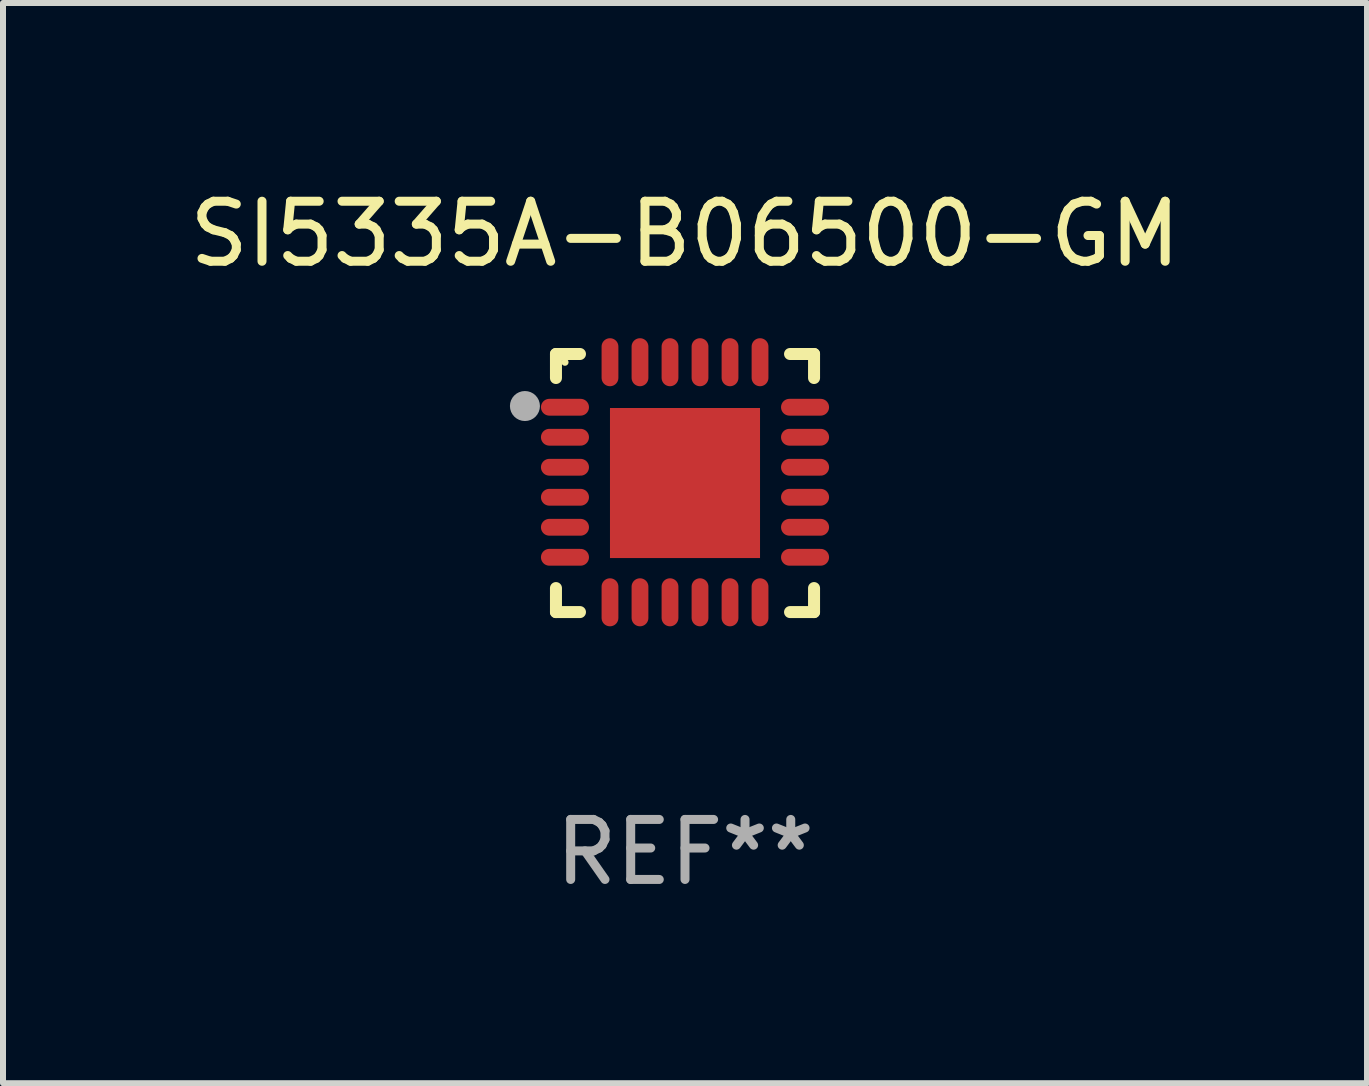
<source format=kicad_pcb>
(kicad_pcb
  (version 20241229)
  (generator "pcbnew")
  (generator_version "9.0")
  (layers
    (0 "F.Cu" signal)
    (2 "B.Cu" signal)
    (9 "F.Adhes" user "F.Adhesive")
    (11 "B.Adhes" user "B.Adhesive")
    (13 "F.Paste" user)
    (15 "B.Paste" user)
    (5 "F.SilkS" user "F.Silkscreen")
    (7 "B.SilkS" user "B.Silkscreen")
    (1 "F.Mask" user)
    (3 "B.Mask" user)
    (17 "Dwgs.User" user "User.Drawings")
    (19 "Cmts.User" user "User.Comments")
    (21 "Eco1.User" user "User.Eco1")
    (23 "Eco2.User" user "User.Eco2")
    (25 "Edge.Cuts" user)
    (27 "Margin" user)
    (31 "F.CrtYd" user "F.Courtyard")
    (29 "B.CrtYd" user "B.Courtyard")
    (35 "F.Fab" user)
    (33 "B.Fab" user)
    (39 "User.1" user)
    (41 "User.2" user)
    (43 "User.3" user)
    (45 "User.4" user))
  (footprint "SI5335A-B06500-GM"
    (layer "F.Cu")
    (at 8.363 4.998)
    (property "Reference" "SI5335A-B06500-GM" (at 0 -4.15 0) (layer "F.SilkS") (effects (font (size 1 1) (thickness 0.15))))
    (attr through_hole)
    (fp_line (start -2.15 -2.15) (end -1.75 -2.15) (stroke (width 0.2) (type solid)) (layer "F.SilkS"))
    (fp_line (start -2.15 -1.75) (end -2.15 -2.15) (stroke (width 0.2) (type solid)) (layer "F.SilkS"))
    (fp_line (start -2.15 2.15) (end -2.15 1.75) (stroke (width 0.2) (type solid)) (layer "F.SilkS"))
    (fp_line (start -1.75 2.15) (end -2.15 2.15) (stroke (width 0.2) (type solid)) (layer "F.SilkS"))
    (fp_line (start 1.75 -2.15) (end 2.15 -2.15) (stroke (width 0.2) (type solid)) (layer "F.SilkS"))
    (fp_line (start 1.75 2.15) (end 2.15 2.15) (stroke (width 0.2) (type solid)) (layer "F.SilkS"))
    (fp_line (start 2.15 -2.15) (end 2.15 -1.75) (stroke (width 0.2) (type solid)) (layer "F.SilkS"))
    (fp_line (start 2.15 2.15) (end 2.15 1.75) (stroke (width 0.2) (type solid)) (layer "F.SilkS"))
    (fp_circle (center -2 -2.013) (end -1.97 -2.013) (stroke (width 0.06) (type solid)) (fill no) (layer "F.SilkS"))
    (fp_circle (center -2.667 -1.283) (end -2.542 -1.283) (stroke (width 0.25) (type solid)) (fill no) (layer "F.Fab"))
    (fp_text user "REF**" (at 0 6.15 0) (layer "F.Fab") (effects (font (size 1 1) (thickness 0.15))))
    (pad "1" smd oval (at -2 -1.263) (size 0.8 0.28) (layers "F.Cu" "F.Mask" "F.Paste"))
    (pad "2" smd oval (at -2 -0.763) (size 0.8 0.28) (layers "F.Cu" "F.Mask" "F.Paste"))
    (pad "3" smd oval (at -2 -0.263) (size 0.8 0.28) (layers "F.Cu" "F.Mask" "F.Paste"))
    (pad "4" smd oval (at -2 0.237) (size 0.8 0.28) (layers "F.Cu" "F.Mask" "F.Paste"))
    (pad "5" smd oval (at -2 0.737) (size 0.8 0.28) (layers "F.Cu" "F.Mask" "F.Paste"))
    (pad "6" smd oval (at -2 1.237) (size 0.8 0.28) (layers "F.Cu" "F.Mask" "F.Paste"))
    (pad "7" smd oval (at -1.25 1.987) (size 0.28 0.8) (layers "F.Cu" "F.Mask" "F.Paste"))
    (pad "8" smd oval (at -0.75 1.987) (size 0.28 0.8) (layers "F.Cu" "F.Mask" "F.Paste"))
    (pad "9" smd oval (at -0.25 1.987) (size 0.28 0.8) (layers "F.Cu" "F.Mask" "F.Paste"))
    (pad "10" smd oval (at 0.25 1.987) (size 0.28 0.8) (layers "F.Cu" "F.Mask" "F.Paste"))
    (pad "11" smd oval (at 0.75 1.987) (size 0.28 0.8) (layers "F.Cu" "F.Mask" "F.Paste"))
    (pad "12" smd oval (at 1.25 1.987) (size 0.28 0.8) (layers "F.Cu" "F.Mask" "F.Paste"))
    (pad "13" smd oval (at 2 1.237) (size 0.8 0.28) (layers "F.Cu" "F.Mask" "F.Paste"))
    (pad "14" smd oval (at 2 0.737) (size 0.8 0.28) (layers "F.Cu" "F.Mask" "F.Paste"))
    (pad "15" smd oval (at 2 0.237) (size 0.8 0.28) (layers "F.Cu" "F.Mask" "F.Paste"))
    (pad "16" smd oval (at 2 -0.263) (size 0.8 0.28) (layers "F.Cu" "F.Mask" "F.Paste"))
    (pad "17" smd oval (at 2 -0.763) (size 0.8 0.28) (layers "F.Cu" "F.Mask" "F.Paste"))
    (pad "18" smd oval (at 2 -1.263) (size 0.8 0.28) (layers "F.Cu" "F.Mask" "F.Paste"))
    (pad "19" smd oval (at 1.25 -2.013) (size 0.28 0.8) (layers "F.Cu" "F.Mask" "F.Paste"))
    (pad "20" smd oval (at 0.75 -2.013) (size 0.28 0.8) (layers "F.Cu" "F.Mask" "F.Paste"))
    (pad "21" smd oval (at 0.25 -2.013) (size 0.28 0.8) (layers "F.Cu" "F.Mask" "F.Paste"))
    (pad "22" smd oval (at -0.25 -2.013) (size 0.28 0.8) (layers "F.Cu" "F.Mask" "F.Paste"))
    (pad "23" smd oval (at -0.75 -2.013) (size 0.28 0.8) (layers "F.Cu" "F.Mask" "F.Paste"))
    (pad "24" smd oval (at -1.25 -2.013) (size 0.28 0.8) (layers "F.Cu" "F.Mask" "F.Paste"))
    (pad "25" smd rect (at -0.000127 -0.00014) (size 2.5 2.5) (layers "F.Cu" "F.Mask" "F.Paste")))
  (gr_rect
    (start -3 -3)
    (end 19.726 14.997)
    (stroke (width 0.1) (type default))
    (fill no)
    (layer "Edge.Cuts")))
</source>
